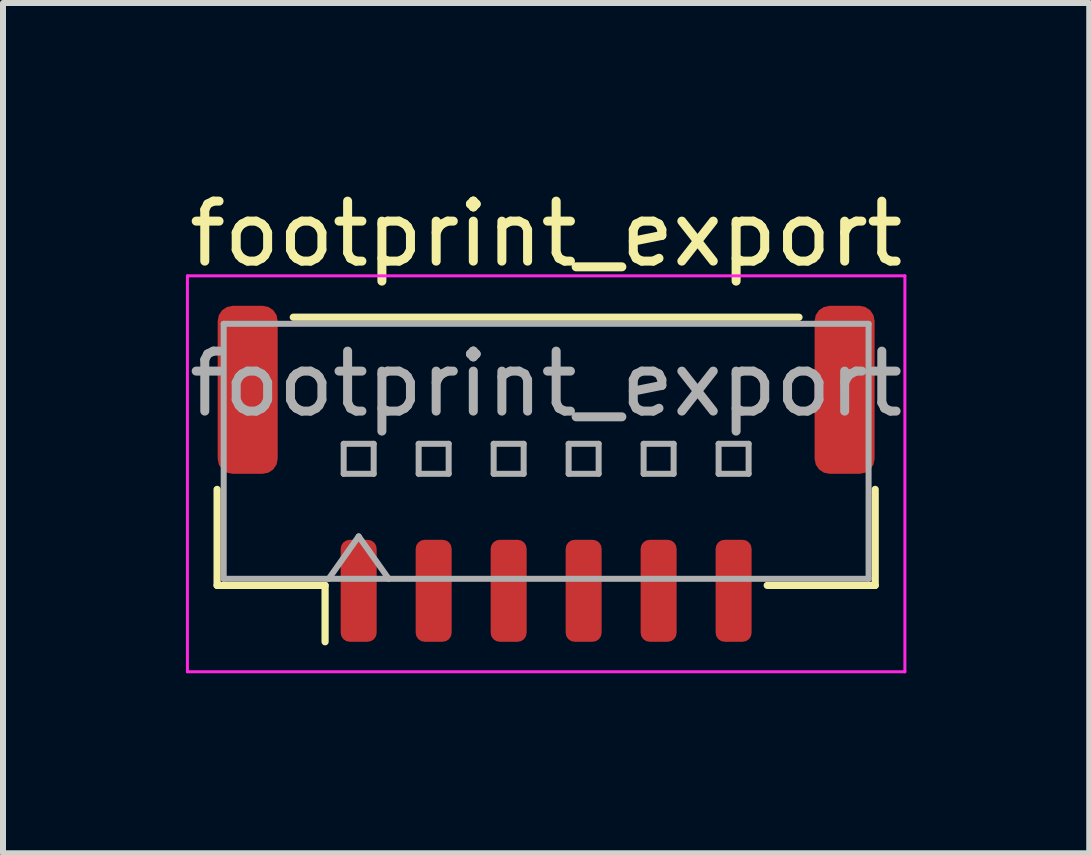
<source format=kicad_pcb>
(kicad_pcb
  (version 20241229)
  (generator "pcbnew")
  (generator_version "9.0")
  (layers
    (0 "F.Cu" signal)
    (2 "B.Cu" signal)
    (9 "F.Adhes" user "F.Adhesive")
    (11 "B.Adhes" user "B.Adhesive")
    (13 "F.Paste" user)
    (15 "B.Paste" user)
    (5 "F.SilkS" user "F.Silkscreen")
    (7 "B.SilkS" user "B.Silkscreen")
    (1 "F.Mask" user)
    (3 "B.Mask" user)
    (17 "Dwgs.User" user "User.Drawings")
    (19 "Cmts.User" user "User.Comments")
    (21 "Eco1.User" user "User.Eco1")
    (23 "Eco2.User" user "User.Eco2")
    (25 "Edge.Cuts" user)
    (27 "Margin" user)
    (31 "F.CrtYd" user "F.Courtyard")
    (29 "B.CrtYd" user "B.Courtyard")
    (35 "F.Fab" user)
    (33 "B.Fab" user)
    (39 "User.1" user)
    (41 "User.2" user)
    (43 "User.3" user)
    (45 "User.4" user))
  (footprint "footprint_export"
    (layer "F.Cu")
    (at 6.054 4.848)
    (property "Reference" "footprint_export" (at 0 -4 0) (layer "F.SilkS") (effects (font (size 1 1) (thickness 0.15))))
    (attr smd)
    (fp_line (start -5.485 0.26) (end -5.485 1.86) (stroke (width 0.12) (type solid)) (layer "F.SilkS"))
    (fp_line (start -5.485 1.86) (end -3.685 1.86) (stroke (width 0.12) (type solid)) (layer "F.SilkS"))
    (fp_line (start -4.215 -2.61) (end 4.215 -2.61) (stroke (width 0.12) (type solid)) (layer "F.SilkS"))
    (fp_line (start -3.685 1.86) (end -3.685 2.8) (stroke (width 0.12) (type solid)) (layer "F.SilkS"))
    (fp_line (start 5.485 0.26) (end 5.485 1.86) (stroke (width 0.12) (type solid)) (layer "F.SilkS"))
    (fp_line (start 5.485 1.86) (end 3.685 1.86) (stroke (width 0.12) (type solid)) (layer "F.SilkS"))
    (fp_line (start -5.98 -3.3) (end -5.98 3.3) (stroke (width 0.05) (type solid)) (layer "F.CrtYd"))
    (fp_line (start -5.98 3.3) (end 5.98 3.3) (stroke (width 0.05) (type solid)) (layer "F.CrtYd"))
    (fp_line (start 5.98 -3.3) (end -5.98 -3.3) (stroke (width 0.05) (type solid)) (layer "F.CrtYd"))
    (fp_line (start 5.98 3.3) (end 5.98 -3.3) (stroke (width 0.05) (type solid)) (layer "F.CrtYd"))
    (fp_line (start -5.375 -2.5) (end 5.375 -2.5) (stroke (width 0.1) (type solid)) (layer "F.Fab"))
    (fp_line (start -5.375 1.75) (end -5.375 -2.5) (stroke (width 0.1) (type solid)) (layer "F.Fab"))
    (fp_line (start -5.375 1.75) (end 5.375 1.75) (stroke (width 0.1) (type solid)) (layer "F.Fab"))
    (fp_line (start -3.625 1.75) (end -3.125 1.043) (stroke (width 0.1) (type solid)) (layer "F.Fab"))
    (fp_line (start -3.375 -0.5) (end -3.375 0) (stroke (width 0.1) (type solid)) (layer "F.Fab"))
    (fp_line (start -3.375 0) (end -2.875 0) (stroke (width 0.1) (type solid)) (layer "F.Fab"))
    (fp_line (start -3.125 1.043) (end -2.625 1.75) (stroke (width 0.1) (type solid)) (layer "F.Fab"))
    (fp_line (start -2.875 -0.5) (end -3.375 -0.5) (stroke (width 0.1) (type solid)) (layer "F.Fab"))
    (fp_line (start -2.875 0) (end -2.875 -0.5) (stroke (width 0.1) (type solid)) (layer "F.Fab"))
    (fp_line (start -2.125 -0.5) (end -2.125 0) (stroke (width 0.1) (type solid)) (layer "F.Fab"))
    (fp_line (start -2.125 0) (end -1.625 0) (stroke (width 0.1) (type solid)) (layer "F.Fab"))
    (fp_line (start -1.625 -0.5) (end -2.125 -0.5) (stroke (width 0.1) (type solid)) (layer "F.Fab"))
    (fp_line (start -1.625 0) (end -1.625 -0.5) (stroke (width 0.1) (type solid)) (layer "F.Fab"))
    (fp_line (start -0.875 -0.5) (end -0.875 0) (stroke (width 0.1) (type solid)) (layer "F.Fab"))
    (fp_line (start -0.875 0) (end -0.375 0) (stroke (width 0.1) (type solid)) (layer "F.Fab"))
    (fp_line (start -0.375 -0.5) (end -0.875 -0.5) (stroke (width 0.1) (type solid)) (layer "F.Fab"))
    (fp_line (start -0.375 0) (end -0.375 -0.5) (stroke (width 0.1) (type solid)) (layer "F.Fab"))
    (fp_line (start 0.375 -0.5) (end 0.375 0) (stroke (width 0.1) (type solid)) (layer "F.Fab"))
    (fp_line (start 0.375 0) (end 0.875 0) (stroke (width 0.1) (type solid)) (layer "F.Fab"))
    (fp_line (start 0.875 -0.5) (end 0.375 -0.5) (stroke (width 0.1) (type solid)) (layer "F.Fab"))
    (fp_line (start 0.875 0) (end 0.875 -0.5) (stroke (width 0.1) (type solid)) (layer "F.Fab"))
    (fp_line (start 1.625 -0.5) (end 1.625 0) (stroke (width 0.1) (type solid)) (layer "F.Fab"))
    (fp_line (start 1.625 0) (end 2.125 0) (stroke (width 0.1) (type solid)) (layer "F.Fab"))
    (fp_line (start 2.125 -0.5) (end 1.625 -0.5) (stroke (width 0.1) (type solid)) (layer "F.Fab"))
    (fp_line (start 2.125 0) (end 2.125 -0.5) (stroke (width 0.1) (type solid)) (layer "F.Fab"))
    (fp_line (start 2.875 -0.5) (end 2.875 0) (stroke (width 0.1) (type solid)) (layer "F.Fab"))
    (fp_line (start 2.875 0) (end 3.375 0) (stroke (width 0.1) (type solid)) (layer "F.Fab"))
    (fp_line (start 3.375 -0.5) (end 2.875 -0.5) (stroke (width 0.1) (type solid)) (layer "F.Fab"))
    (fp_line (start 3.375 0) (end 3.375 -0.5) (stroke (width 0.1) (type solid)) (layer "F.Fab"))
    (fp_line (start 5.375 1.75) (end 5.375 -2.5) (stroke (width 0.1) (type solid)) (layer "F.Fab"))
    (fp_text user "${REFERENCE}" (at 0 -1.5 0) (layer "F.Fab") (effects (font (size 1 1) (thickness 0.15))))
    (pad "1" smd roundrect (at -3.125 1.95) (size 0.6 1.7) (layers "F.Cu" "F.Mask" "F.Paste") (roundrect_rratio 0.25))
    (pad "2" smd roundrect (at -1.875 1.95) (size 0.6 1.7) (layers "F.Cu" "F.Mask" "F.Paste") (roundrect_rratio 0.25))
    (pad "3" smd roundrect (at -0.625 1.95) (size 0.6 1.7) (layers "F.Cu" "F.Mask" "F.Paste") (roundrect_rratio 0.25))
    (pad "4" smd roundrect (at 0.625 1.95) (size 0.6 1.7) (layers "F.Cu" "F.Mask" "F.Paste") (roundrect_rratio 0.25))
    (pad "5" smd roundrect (at 1.875 1.95) (size 0.6 1.7) (layers "F.Cu" "F.Mask" "F.Paste") (roundrect_rratio 0.25))
    (pad "6" smd roundrect (at 3.125 1.95) (size 0.6 1.7) (layers "F.Cu" "F.Mask" "F.Paste") (roundrect_rratio 0.25))
    (pad "MP" smd roundrect (at -4.975 -1.4) (size 1 2.8) (layers "F.Cu" "F.Mask" "F.Paste") (roundrect_rratio 0.25))
    (pad "MP" smd roundrect (at 4.975 -1.4) (size 1 2.8) (layers "F.Cu" "F.Mask" "F.Paste") (roundrect_rratio 0.25)))
  (gr_rect
    (start -3 -3)
    (end 15.107 11.173)
    (stroke (width 0.1) (type default))
    (fill no)
    (layer "Edge.Cuts")))
</source>
